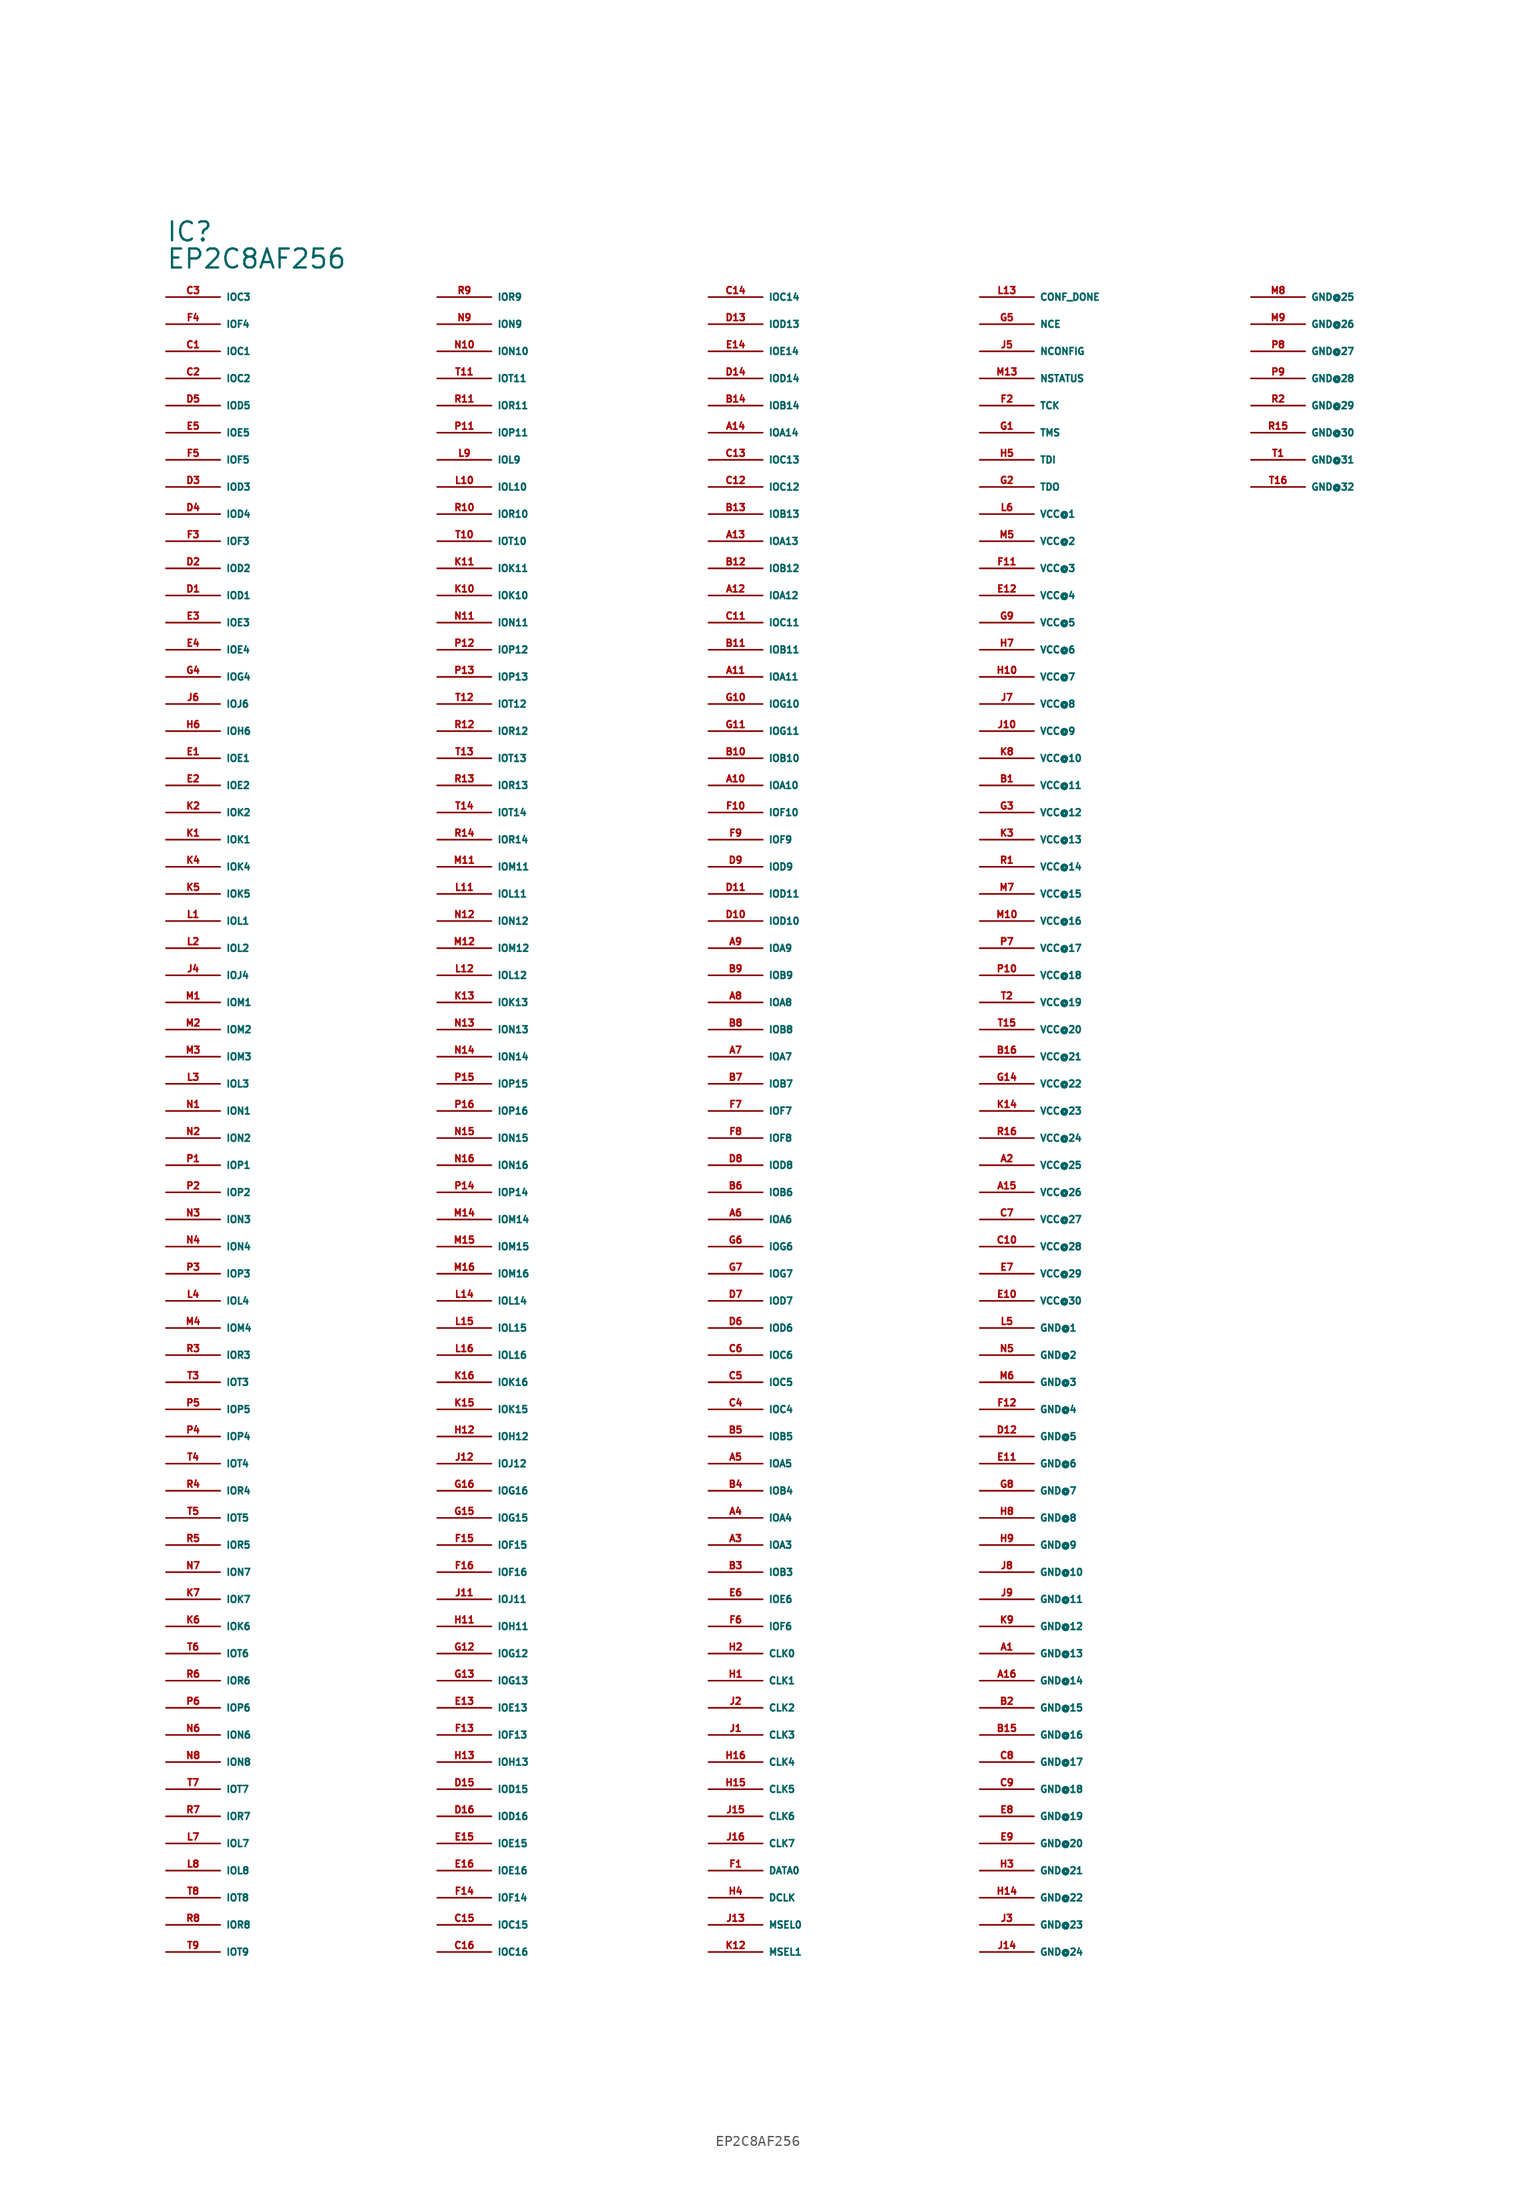
<source format=kicad_sym>
(kicad_symbol_lib
  (version 20220914)
  (generator Eagle2Kicad)
  (symbol "EP2C8AF256"
    (property "Reference" "IC"
      (at -55.88 86.36 0)
      (effects (font (size 1.778 1.778) (thickness 0.22)) (justify left bottom)))
    (property "Value" "EP2C8AF256"
      (at -55.88 83.82 0)
      (effects (font (size 1.778 1.778) (thickness 0.22)) (justify left bottom)))
    (pin output line
      (at -55.88 81.28 0)
      (length 5.08)
      (name "IOC3" (effects (font (size 0.635 0.635) (thickness 0.08)) (justify left bottom)))
      (number "C3" (effects (font (size 0.635 0.635) (thickness 0.08)) (justify left bottom))))
    (pin output line
      (at -55.88 78.74 0)
      (length 5.08)
      (name "IOF4" (effects (font (size 0.635 0.635) (thickness 0.08)) (justify left bottom)))
      (number "F4" (effects (font (size 0.635 0.635) (thickness 0.08)) (justify left bottom))))
    (pin bidirectional line
      (at -55.88 76.2 0)
      (length 5.08)
      (name "IOC1" (effects (font (size 0.635 0.635) (thickness 0.08)) (justify left bottom)))
      (number "C1" (effects (font (size 0.635 0.635) (thickness 0.08)) (justify left bottom))))
    (pin bidirectional line
      (at -55.88 73.66 0)
      (length 5.08)
      (name "IOC2" (effects (font (size 0.635 0.635) (thickness 0.08)) (justify left bottom)))
      (number "C2" (effects (font (size 0.635 0.635) (thickness 0.08)) (justify left bottom))))
    (pin bidirectional line
      (at -55.88 71.12 0)
      (length 5.08)
      (name "IOD5" (effects (font (size 0.635 0.635) (thickness 0.08)) (justify left bottom)))
      (number "D5" (effects (font (size 0.635 0.635) (thickness 0.08)) (justify left bottom))))
    (pin bidirectional line
      (at -55.88 68.58 0)
      (length 5.08)
      (name "IOE5" (effects (font (size 0.635 0.635) (thickness 0.08)) (justify left bottom)))
      (number "E5" (effects (font (size 0.635 0.635) (thickness 0.08)) (justify left bottom))))
    (pin bidirectional line
      (at -55.88 66.04 0)
      (length 5.08)
      (name "IOF5" (effects (font (size 0.635 0.635) (thickness 0.08)) (justify left bottom)))
      (number "F5" (effects (font (size 0.635 0.635) (thickness 0.08)) (justify left bottom))))
    (pin bidirectional line
      (at -55.88 63.5 0)
      (length 5.08)
      (name "IOD3" (effects (font (size 0.635 0.635) (thickness 0.08)) (justify left bottom)))
      (number "D3" (effects (font (size 0.635 0.635) (thickness 0.08)) (justify left bottom))))
    (pin bidirectional line
      (at -55.88 60.96 0)
      (length 5.08)
      (name "IOD4" (effects (font (size 0.635 0.635) (thickness 0.08)) (justify left bottom)))
      (number "D4" (effects (font (size 0.635 0.635) (thickness 0.08)) (justify left bottom))))
    (pin bidirectional line
      (at -55.88 58.42 0)
      (length 5.08)
      (name "IOF3" (effects (font (size 0.635 0.635) (thickness 0.08)) (justify left bottom)))
      (number "F3" (effects (font (size 0.635 0.635) (thickness 0.08)) (justify left bottom))))
    (pin bidirectional line
      (at -55.88 55.88 0)
      (length 5.08)
      (name "IOD2" (effects (font (size 0.635 0.635) (thickness 0.08)) (justify left bottom)))
      (number "D2" (effects (font (size 0.635 0.635) (thickness 0.08)) (justify left bottom))))
    (pin bidirectional line
      (at -55.88 53.34 0)
      (length 5.08)
      (name "IOD1" (effects (font (size 0.635 0.635) (thickness 0.08)) (justify left bottom)))
      (number "D1" (effects (font (size 0.635 0.635) (thickness 0.08)) (justify left bottom))))
    (pin bidirectional line
      (at -55.88 50.8 0)
      (length 5.08)
      (name "IOE3" (effects (font (size 0.635 0.635) (thickness 0.08)) (justify left bottom)))
      (number "E3" (effects (font (size 0.635 0.635) (thickness 0.08)) (justify left bottom))))
    (pin bidirectional line
      (at -55.88 48.26 0)
      (length 5.08)
      (name "IOE4" (effects (font (size 0.635 0.635) (thickness 0.08)) (justify left bottom)))
      (number "E4" (effects (font (size 0.635 0.635) (thickness 0.08)) (justify left bottom))))
    (pin bidirectional line
      (at -55.88 45.72 0)
      (length 5.08)
      (name "IOG4" (effects (font (size 0.635 0.635) (thickness 0.08)) (justify left bottom)))
      (number "G4" (effects (font (size 0.635 0.635) (thickness 0.08)) (justify left bottom))))
    (pin bidirectional line
      (at -55.88 43.18 0)
      (length 5.08)
      (name "IOJ6" (effects (font (size 0.635 0.635) (thickness 0.08)) (justify left bottom)))
      (number "J6" (effects (font (size 0.635 0.635) (thickness 0.08)) (justify left bottom))))
    (pin bidirectional line
      (at -55.88 40.64 0)
      (length 5.08)
      (name "IOH6" (effects (font (size 0.635 0.635) (thickness 0.08)) (justify left bottom)))
      (number "H6" (effects (font (size 0.635 0.635) (thickness 0.08)) (justify left bottom))))
    (pin bidirectional line
      (at -55.88 38.1 0)
      (length 5.08)
      (name "IOE1" (effects (font (size 0.635 0.635) (thickness 0.08)) (justify left bottom)))
      (number "E1" (effects (font (size 0.635 0.635) (thickness 0.08)) (justify left bottom))))
    (pin bidirectional line
      (at -55.88 35.56 0)
      (length 5.08)
      (name "IOE2" (effects (font (size 0.635 0.635) (thickness 0.08)) (justify left bottom)))
      (number "E2" (effects (font (size 0.635 0.635) (thickness 0.08)) (justify left bottom))))
    (pin bidirectional line
      (at -55.88 33.02 0)
      (length 5.08)
      (name "IOK2" (effects (font (size 0.635 0.635) (thickness 0.08)) (justify left bottom)))
      (number "K2" (effects (font (size 0.635 0.635) (thickness 0.08)) (justify left bottom))))
    (pin bidirectional line
      (at -55.88 30.48 0)
      (length 5.08)
      (name "IOK1" (effects (font (size 0.635 0.635) (thickness 0.08)) (justify left bottom)))
      (number "K1" (effects (font (size 0.635 0.635) (thickness 0.08)) (justify left bottom))))
    (pin bidirectional line
      (at -55.88 27.94 0)
      (length 5.08)
      (name "IOK4" (effects (font (size 0.635 0.635) (thickness 0.08)) (justify left bottom)))
      (number "K4" (effects (font (size 0.635 0.635) (thickness 0.08)) (justify left bottom))))
    (pin bidirectional line
      (at -55.88 25.4 0)
      (length 5.08)
      (name "IOK5" (effects (font (size 0.635 0.635) (thickness 0.08)) (justify left bottom)))
      (number "K5" (effects (font (size 0.635 0.635) (thickness 0.08)) (justify left bottom))))
    (pin bidirectional line
      (at -55.88 22.86 0)
      (length 5.08)
      (name "IOL1" (effects (font (size 0.635 0.635) (thickness 0.08)) (justify left bottom)))
      (number "L1" (effects (font (size 0.635 0.635) (thickness 0.08)) (justify left bottom))))
    (pin bidirectional line
      (at -55.88 20.32 0)
      (length 5.08)
      (name "IOL2" (effects (font (size 0.635 0.635) (thickness 0.08)) (justify left bottom)))
      (number "L2" (effects (font (size 0.635 0.635) (thickness 0.08)) (justify left bottom))))
    (pin bidirectional line
      (at -55.88 17.78 0)
      (length 5.08)
      (name "IOJ4" (effects (font (size 0.635 0.635) (thickness 0.08)) (justify left bottom)))
      (number "J4" (effects (font (size 0.635 0.635) (thickness 0.08)) (justify left bottom))))
    (pin bidirectional line
      (at -55.88 15.24 0)
      (length 5.08)
      (name "IOM1" (effects (font (size 0.635 0.635) (thickness 0.08)) (justify left bottom)))
      (number "M1" (effects (font (size 0.635 0.635) (thickness 0.08)) (justify left bottom))))
    (pin bidirectional line
      (at -55.88 12.7 0)
      (length 5.08)
      (name "IOM2" (effects (font (size 0.635 0.635) (thickness 0.08)) (justify left bottom)))
      (number "M2" (effects (font (size 0.635 0.635) (thickness 0.08)) (justify left bottom))))
    (pin bidirectional line
      (at -55.88 10.16 0)
      (length 5.08)
      (name "IOM3" (effects (font (size 0.635 0.635) (thickness 0.08)) (justify left bottom)))
      (number "M3" (effects (font (size 0.635 0.635) (thickness 0.08)) (justify left bottom))))
    (pin bidirectional line
      (at -55.88 7.62 0)
      (length 5.08)
      (name "IOL3" (effects (font (size 0.635 0.635) (thickness 0.08)) (justify left bottom)))
      (number "L3" (effects (font (size 0.635 0.635) (thickness 0.08)) (justify left bottom))))
    (pin bidirectional line
      (at -55.88 5.08 0)
      (length 5.08)
      (name "ION1" (effects (font (size 0.635 0.635) (thickness 0.08)) (justify left bottom)))
      (number "N1" (effects (font (size 0.635 0.635) (thickness 0.08)) (justify left bottom))))
    (pin bidirectional line
      (at -55.88 2.54 0)
      (length 5.08)
      (name "ION2" (effects (font (size 0.635 0.635) (thickness 0.08)) (justify left bottom)))
      (number "N2" (effects (font (size 0.635 0.635) (thickness 0.08)) (justify left bottom))))
    (pin bidirectional line
      (at -55.88 0 0)
      (length 5.08)
      (name "IOP1" (effects (font (size 0.635 0.635) (thickness 0.08)) (justify left bottom)))
      (number "P1" (effects (font (size 0.635 0.635) (thickness 0.08)) (justify left bottom))))
    (pin bidirectional line
      (at -55.88 -2.54 0)
      (length 5.08)
      (name "IOP2" (effects (font (size 0.635 0.635) (thickness 0.08)) (justify left bottom)))
      (number "P2" (effects (font (size 0.635 0.635) (thickness 0.08)) (justify left bottom))))
    (pin bidirectional line
      (at -55.88 -5.08 0)
      (length 5.08)
      (name "ION3" (effects (font (size 0.635 0.635) (thickness 0.08)) (justify left bottom)))
      (number "N3" (effects (font (size 0.635 0.635) (thickness 0.08)) (justify left bottom))))
    (pin bidirectional line
      (at -55.88 -7.62 0)
      (length 5.08)
      (name "ION4" (effects (font (size 0.635 0.635) (thickness 0.08)) (justify left bottom)))
      (number "N4" (effects (font (size 0.635 0.635) (thickness 0.08)) (justify left bottom))))
    (pin bidirectional line
      (at -55.88 -10.16 0)
      (length 5.08)
      (name "IOP3" (effects (font (size 0.635 0.635) (thickness 0.08)) (justify left bottom)))
      (number "P3" (effects (font (size 0.635 0.635) (thickness 0.08)) (justify left bottom))))
    (pin bidirectional line
      (at -55.88 -12.7 0)
      (length 5.08)
      (name "IOL4" (effects (font (size 0.635 0.635) (thickness 0.08)) (justify left bottom)))
      (number "L4" (effects (font (size 0.635 0.635) (thickness 0.08)) (justify left bottom))))
    (pin bidirectional line
      (at -55.88 -15.24 0)
      (length 5.08)
      (name "IOM4" (effects (font (size 0.635 0.635) (thickness 0.08)) (justify left bottom)))
      (number "M4" (effects (font (size 0.635 0.635) (thickness 0.08)) (justify left bottom))))
    (pin bidirectional line
      (at -55.88 -17.78 0)
      (length 5.08)
      (name "IOR3" (effects (font (size 0.635 0.635) (thickness 0.08)) (justify left bottom)))
      (number "R3" (effects (font (size 0.635 0.635) (thickness 0.08)) (justify left bottom))))
    (pin bidirectional line
      (at -55.88 -20.32 0)
      (length 5.08)
      (name "IOT3" (effects (font (size 0.635 0.635) (thickness 0.08)) (justify left bottom)))
      (number "T3" (effects (font (size 0.635 0.635) (thickness 0.08)) (justify left bottom))))
    (pin bidirectional line
      (at -55.88 -22.86 0)
      (length 5.08)
      (name "IOP5" (effects (font (size 0.635 0.635) (thickness 0.08)) (justify left bottom)))
      (number "P5" (effects (font (size 0.635 0.635) (thickness 0.08)) (justify left bottom))))
    (pin bidirectional line
      (at -55.88 -25.4 0)
      (length 5.08)
      (name "IOP4" (effects (font (size 0.635 0.635) (thickness 0.08)) (justify left bottom)))
      (number "P4" (effects (font (size 0.635 0.635) (thickness 0.08)) (justify left bottom))))
    (pin bidirectional line
      (at -55.88 -27.94 0)
      (length 5.08)
      (name "IOT4" (effects (font (size 0.635 0.635) (thickness 0.08)) (justify left bottom)))
      (number "T4" (effects (font (size 0.635 0.635) (thickness 0.08)) (justify left bottom))))
    (pin bidirectional line
      (at -55.88 -30.48 0)
      (length 5.08)
      (name "IOR4" (effects (font (size 0.635 0.635) (thickness 0.08)) (justify left bottom)))
      (number "R4" (effects (font (size 0.635 0.635) (thickness 0.08)) (justify left bottom))))
    (pin bidirectional line
      (at -55.88 -33.02 0)
      (length 5.08)
      (name "IOT5" (effects (font (size 0.635 0.635) (thickness 0.08)) (justify left bottom)))
      (number "T5" (effects (font (size 0.635 0.635) (thickness 0.08)) (justify left bottom))))
    (pin bidirectional line
      (at -55.88 -35.56 0)
      (length 5.08)
      (name "IOR5" (effects (font (size 0.635 0.635) (thickness 0.08)) (justify left bottom)))
      (number "R5" (effects (font (size 0.635 0.635) (thickness 0.08)) (justify left bottom))))
    (pin bidirectional line
      (at -55.88 -38.1 0)
      (length 5.08)
      (name "ION7" (effects (font (size 0.635 0.635) (thickness 0.08)) (justify left bottom)))
      (number "N7" (effects (font (size 0.635 0.635) (thickness 0.08)) (justify left bottom))))
    (pin bidirectional line
      (at -55.88 -40.64 0)
      (length 5.08)
      (name "IOK7" (effects (font (size 0.635 0.635) (thickness 0.08)) (justify left bottom)))
      (number "K7" (effects (font (size 0.635 0.635) (thickness 0.08)) (justify left bottom))))
    (pin bidirectional line
      (at -55.88 -43.18 0)
      (length 5.08)
      (name "IOK6" (effects (font (size 0.635 0.635) (thickness 0.08)) (justify left bottom)))
      (number "K6" (effects (font (size 0.635 0.635) (thickness 0.08)) (justify left bottom))))
    (pin bidirectional line
      (at -55.88 -45.72 0)
      (length 5.08)
      (name "IOT6" (effects (font (size 0.635 0.635) (thickness 0.08)) (justify left bottom)))
      (number "T6" (effects (font (size 0.635 0.635) (thickness 0.08)) (justify left bottom))))
    (pin bidirectional line
      (at -55.88 -48.26 0)
      (length 5.08)
      (name "IOR6" (effects (font (size 0.635 0.635) (thickness 0.08)) (justify left bottom)))
      (number "R6" (effects (font (size 0.635 0.635) (thickness 0.08)) (justify left bottom))))
    (pin bidirectional line
      (at -55.88 -50.8 0)
      (length 5.08)
      (name "IOP6" (effects (font (size 0.635 0.635) (thickness 0.08)) (justify left bottom)))
      (number "P6" (effects (font (size 0.635 0.635) (thickness 0.08)) (justify left bottom))))
    (pin bidirectional line
      (at -55.88 -53.34 0)
      (length 5.08)
      (name "ION6" (effects (font (size 0.635 0.635) (thickness 0.08)) (justify left bottom)))
      (number "N6" (effects (font (size 0.635 0.635) (thickness 0.08)) (justify left bottom))))
    (pin bidirectional line
      (at -55.88 -55.88 0)
      (length 5.08)
      (name "ION8" (effects (font (size 0.635 0.635) (thickness 0.08)) (justify left bottom)))
      (number "N8" (effects (font (size 0.635 0.635) (thickness 0.08)) (justify left bottom))))
    (pin bidirectional line
      (at -55.88 -58.42 0)
      (length 5.08)
      (name "IOT7" (effects (font (size 0.635 0.635) (thickness 0.08)) (justify left bottom)))
      (number "T7" (effects (font (size 0.635 0.635) (thickness 0.08)) (justify left bottom))))
    (pin bidirectional line
      (at -55.88 -60.96 0)
      (length 5.08)
      (name "IOR7" (effects (font (size 0.635 0.635) (thickness 0.08)) (justify left bottom)))
      (number "R7" (effects (font (size 0.635 0.635) (thickness 0.08)) (justify left bottom))))
    (pin bidirectional line
      (at -55.88 -63.5 0)
      (length 5.08)
      (name "IOL7" (effects (font (size 0.635 0.635) (thickness 0.08)) (justify left bottom)))
      (number "L7" (effects (font (size 0.635 0.635) (thickness 0.08)) (justify left bottom))))
    (pin bidirectional line
      (at -55.88 -66.04 0)
      (length 5.08)
      (name "IOL8" (effects (font (size 0.635 0.635) (thickness 0.08)) (justify left bottom)))
      (number "L8" (effects (font (size 0.635 0.635) (thickness 0.08)) (justify left bottom))))
    (pin bidirectional line
      (at -55.88 -68.58 0)
      (length 5.08)
      (name "IOT8" (effects (font (size 0.635 0.635) (thickness 0.08)) (justify left bottom)))
      (number "T8" (effects (font (size 0.635 0.635) (thickness 0.08)) (justify left bottom))))
    (pin bidirectional line
      (at -55.88 -71.12 0)
      (length 5.08)
      (name "IOR8" (effects (font (size 0.635 0.635) (thickness 0.08)) (justify left bottom)))
      (number "R8" (effects (font (size 0.635 0.635) (thickness 0.08)) (justify left bottom))))
    (pin bidirectional line
      (at -55.88 -73.66 0)
      (length 5.08)
      (name "IOT9" (effects (font (size 0.635 0.635) (thickness 0.08)) (justify left bottom)))
      (number "T9" (effects (font (size 0.635 0.635) (thickness 0.08)) (justify left bottom))))
    (pin bidirectional line
      (at -30.48 81.28 0)
      (length 5.08)
      (name "IOR9" (effects (font (size 0.635 0.635) (thickness 0.08)) (justify left bottom)))
      (number "R9" (effects (font (size 0.635 0.635) (thickness 0.08)) (justify left bottom))))
    (pin bidirectional line
      (at -30.48 78.74 0)
      (length 5.08)
      (name "ION9" (effects (font (size 0.635 0.635) (thickness 0.08)) (justify left bottom)))
      (number "N9" (effects (font (size 0.635 0.635) (thickness 0.08)) (justify left bottom))))
    (pin bidirectional line
      (at -30.48 76.2 0)
      (length 5.08)
      (name "ION10" (effects (font (size 0.635 0.635) (thickness 0.08)) (justify left bottom)))
      (number "N10" (effects (font (size 0.635 0.635) (thickness 0.08)) (justify left bottom))))
    (pin bidirectional line
      (at -30.48 73.66 0)
      (length 5.08)
      (name "IOT11" (effects (font (size 0.635 0.635) (thickness 0.08)) (justify left bottom)))
      (number "T11" (effects (font (size 0.635 0.635) (thickness 0.08)) (justify left bottom))))
    (pin bidirectional line
      (at -30.48 71.12 0)
      (length 5.08)
      (name "IOR11" (effects (font (size 0.635 0.635) (thickness 0.08)) (justify left bottom)))
      (number "R11" (effects (font (size 0.635 0.635) (thickness 0.08)) (justify left bottom))))
    (pin bidirectional line
      (at -30.48 68.58 0)
      (length 5.08)
      (name "IOP11" (effects (font (size 0.635 0.635) (thickness 0.08)) (justify left bottom)))
      (number "P11" (effects (font (size 0.635 0.635) (thickness 0.08)) (justify left bottom))))
    (pin bidirectional line
      (at -30.48 66.04 0)
      (length 5.08)
      (name "IOL9" (effects (font (size 0.635 0.635) (thickness 0.08)) (justify left bottom)))
      (number "L9" (effects (font (size 0.635 0.635) (thickness 0.08)) (justify left bottom))))
    (pin bidirectional line
      (at -30.48 63.5 0)
      (length 5.08)
      (name "IOL10" (effects (font (size 0.635 0.635) (thickness 0.08)) (justify left bottom)))
      (number "L10" (effects (font (size 0.635 0.635) (thickness 0.08)) (justify left bottom))))
    (pin bidirectional line
      (at -30.48 60.96 0)
      (length 5.08)
      (name "IOR10" (effects (font (size 0.635 0.635) (thickness 0.08)) (justify left bottom)))
      (number "R10" (effects (font (size 0.635 0.635) (thickness 0.08)) (justify left bottom))))
    (pin bidirectional line
      (at -30.48 58.42 0)
      (length 5.08)
      (name "IOT10" (effects (font (size 0.635 0.635) (thickness 0.08)) (justify left bottom)))
      (number "T10" (effects (font (size 0.635 0.635) (thickness 0.08)) (justify left bottom))))
    (pin bidirectional line
      (at -30.48 55.88 0)
      (length 5.08)
      (name "IOK11" (effects (font (size 0.635 0.635) (thickness 0.08)) (justify left bottom)))
      (number "K11" (effects (font (size 0.635 0.635) (thickness 0.08)) (justify left bottom))))
    (pin bidirectional line
      (at -30.48 53.34 0)
      (length 5.08)
      (name "IOK10" (effects (font (size 0.635 0.635) (thickness 0.08)) (justify left bottom)))
      (number "K10" (effects (font (size 0.635 0.635) (thickness 0.08)) (justify left bottom))))
    (pin bidirectional line
      (at -30.48 50.8 0)
      (length 5.08)
      (name "ION11" (effects (font (size 0.635 0.635) (thickness 0.08)) (justify left bottom)))
      (number "N11" (effects (font (size 0.635 0.635) (thickness 0.08)) (justify left bottom))))
    (pin bidirectional line
      (at -30.48 48.26 0)
      (length 5.08)
      (name "IOP12" (effects (font (size 0.635 0.635) (thickness 0.08)) (justify left bottom)))
      (number "P12" (effects (font (size 0.635 0.635) (thickness 0.08)) (justify left bottom))))
    (pin bidirectional line
      (at -30.48 45.72 0)
      (length 5.08)
      (name "IOP13" (effects (font (size 0.635 0.635) (thickness 0.08)) (justify left bottom)))
      (number "P13" (effects (font (size 0.635 0.635) (thickness 0.08)) (justify left bottom))))
    (pin bidirectional line
      (at -30.48 43.18 0)
      (length 5.08)
      (name "IOT12" (effects (font (size 0.635 0.635) (thickness 0.08)) (justify left bottom)))
      (number "T12" (effects (font (size 0.635 0.635) (thickness 0.08)) (justify left bottom))))
    (pin bidirectional line
      (at -30.48 40.64 0)
      (length 5.08)
      (name "IOR12" (effects (font (size 0.635 0.635) (thickness 0.08)) (justify left bottom)))
      (number "R12" (effects (font (size 0.635 0.635) (thickness 0.08)) (justify left bottom))))
    (pin bidirectional line
      (at -30.48 38.1 0)
      (length 5.08)
      (name "IOT13" (effects (font (size 0.635 0.635) (thickness 0.08)) (justify left bottom)))
      (number "T13" (effects (font (size 0.635 0.635) (thickness 0.08)) (justify left bottom))))
    (pin bidirectional line
      (at -30.48 35.56 0)
      (length 5.08)
      (name "IOR13" (effects (font (size 0.635 0.635) (thickness 0.08)) (justify left bottom)))
      (number "R13" (effects (font (size 0.635 0.635) (thickness 0.08)) (justify left bottom))))
    (pin bidirectional line
      (at -30.48 33.02 0)
      (length 5.08)
      (name "IOT14" (effects (font (size 0.635 0.635) (thickness 0.08)) (justify left bottom)))
      (number "T14" (effects (font (size 0.635 0.635) (thickness 0.08)) (justify left bottom))))
    (pin bidirectional line
      (at -30.48 30.48 0)
      (length 5.08)
      (name "IOR14" (effects (font (size 0.635 0.635) (thickness 0.08)) (justify left bottom)))
      (number "R14" (effects (font (size 0.635 0.635) (thickness 0.08)) (justify left bottom))))
    (pin bidirectional line
      (at -30.48 27.94 0)
      (length 5.08)
      (name "IOM11" (effects (font (size 0.635 0.635) (thickness 0.08)) (justify left bottom)))
      (number "M11" (effects (font (size 0.635 0.635) (thickness 0.08)) (justify left bottom))))
    (pin bidirectional line
      (at -30.48 25.4 0)
      (length 5.08)
      (name "IOL11" (effects (font (size 0.635 0.635) (thickness 0.08)) (justify left bottom)))
      (number "L11" (effects (font (size 0.635 0.635) (thickness 0.08)) (justify left bottom))))
    (pin bidirectional line
      (at -30.48 22.86 0)
      (length 5.08)
      (name "ION12" (effects (font (size 0.635 0.635) (thickness 0.08)) (justify left bottom)))
      (number "N12" (effects (font (size 0.635 0.635) (thickness 0.08)) (justify left bottom))))
    (pin bidirectional line
      (at -30.48 20.32 0)
      (length 5.08)
      (name "IOM12" (effects (font (size 0.635 0.635) (thickness 0.08)) (justify left bottom)))
      (number "M12" (effects (font (size 0.635 0.635) (thickness 0.08)) (justify left bottom))))
    (pin bidirectional line
      (at -30.48 17.78 0)
      (length 5.08)
      (name "IOL12" (effects (font (size 0.635 0.635) (thickness 0.08)) (justify left bottom)))
      (number "L12" (effects (font (size 0.635 0.635) (thickness 0.08)) (justify left bottom))))
    (pin bidirectional line
      (at -30.48 15.24 0)
      (length 5.08)
      (name "IOK13" (effects (font (size 0.635 0.635) (thickness 0.08)) (justify left bottom)))
      (number "K13" (effects (font (size 0.635 0.635) (thickness 0.08)) (justify left bottom))))
    (pin bidirectional line
      (at -30.48 12.7 0)
      (length 5.08)
      (name "ION13" (effects (font (size 0.635 0.635) (thickness 0.08)) (justify left bottom)))
      (number "N13" (effects (font (size 0.635 0.635) (thickness 0.08)) (justify left bottom))))
    (pin bidirectional line
      (at -30.48 10.16 0)
      (length 5.08)
      (name "ION14" (effects (font (size 0.635 0.635) (thickness 0.08)) (justify left bottom)))
      (number "N14" (effects (font (size 0.635 0.635) (thickness 0.08)) (justify left bottom))))
    (pin bidirectional line
      (at -30.48 7.62 0)
      (length 5.08)
      (name "IOP15" (effects (font (size 0.635 0.635) (thickness 0.08)) (justify left bottom)))
      (number "P15" (effects (font (size 0.635 0.635) (thickness 0.08)) (justify left bottom))))
    (pin bidirectional line
      (at -30.48 5.08 0)
      (length 5.08)
      (name "IOP16" (effects (font (size 0.635 0.635) (thickness 0.08)) (justify left bottom)))
      (number "P16" (effects (font (size 0.635 0.635) (thickness 0.08)) (justify left bottom))))
    (pin bidirectional line
      (at -30.48 2.54 0)
      (length 5.08)
      (name "ION15" (effects (font (size 0.635 0.635) (thickness 0.08)) (justify left bottom)))
      (number "N15" (effects (font (size 0.635 0.635) (thickness 0.08)) (justify left bottom))))
    (pin bidirectional line
      (at -30.48 0 0)
      (length 5.08)
      (name "ION16" (effects (font (size 0.635 0.635) (thickness 0.08)) (justify left bottom)))
      (number "N16" (effects (font (size 0.635 0.635) (thickness 0.08)) (justify left bottom))))
    (pin bidirectional line
      (at -30.48 -2.54 0)
      (length 5.08)
      (name "IOP14" (effects (font (size 0.635 0.635) (thickness 0.08)) (justify left bottom)))
      (number "P14" (effects (font (size 0.635 0.635) (thickness 0.08)) (justify left bottom))))
    (pin bidirectional line
      (at -30.48 -5.08 0)
      (length 5.08)
      (name "IOM14" (effects (font (size 0.635 0.635) (thickness 0.08)) (justify left bottom)))
      (number "M14" (effects (font (size 0.635 0.635) (thickness 0.08)) (justify left bottom))))
    (pin bidirectional line
      (at -30.48 -7.62 0)
      (length 5.08)
      (name "IOM15" (effects (font (size 0.635 0.635) (thickness 0.08)) (justify left bottom)))
      (number "M15" (effects (font (size 0.635 0.635) (thickness 0.08)) (justify left bottom))))
    (pin bidirectional line
      (at -30.48 -10.16 0)
      (length 5.08)
      (name "IOM16" (effects (font (size 0.635 0.635) (thickness 0.08)) (justify left bottom)))
      (number "M16" (effects (font (size 0.635 0.635) (thickness 0.08)) (justify left bottom))))
    (pin bidirectional line
      (at -30.48 -12.7 0)
      (length 5.08)
      (name "IOL14" (effects (font (size 0.635 0.635) (thickness 0.08)) (justify left bottom)))
      (number "L14" (effects (font (size 0.635 0.635) (thickness 0.08)) (justify left bottom))))
    (pin bidirectional line
      (at -30.48 -15.24 0)
      (length 5.08)
      (name "IOL15" (effects (font (size 0.635 0.635) (thickness 0.08)) (justify left bottom)))
      (number "L15" (effects (font (size 0.635 0.635) (thickness 0.08)) (justify left bottom))))
    (pin bidirectional line
      (at -30.48 -17.78 0)
      (length 5.08)
      (name "IOL16" (effects (font (size 0.635 0.635) (thickness 0.08)) (justify left bottom)))
      (number "L16" (effects (font (size 0.635 0.635) (thickness 0.08)) (justify left bottom))))
    (pin bidirectional line
      (at -30.48 -20.32 0)
      (length 5.08)
      (name "IOK16" (effects (font (size 0.635 0.635) (thickness 0.08)) (justify left bottom)))
      (number "K16" (effects (font (size 0.635 0.635) (thickness 0.08)) (justify left bottom))))
    (pin bidirectional line
      (at -30.48 -22.86 0)
      (length 5.08)
      (name "IOK15" (effects (font (size 0.635 0.635) (thickness 0.08)) (justify left bottom)))
      (number "K15" (effects (font (size 0.635 0.635) (thickness 0.08)) (justify left bottom))))
    (pin bidirectional line
      (at -30.48 -25.4 0)
      (length 5.08)
      (name "IOH12" (effects (font (size 0.635 0.635) (thickness 0.08)) (justify left bottom)))
      (number "H12" (effects (font (size 0.635 0.635) (thickness 0.08)) (justify left bottom))))
    (pin bidirectional line
      (at -30.48 -27.94 0)
      (length 5.08)
      (name "IOJ12" (effects (font (size 0.635 0.635) (thickness 0.08)) (justify left bottom)))
      (number "J12" (effects (font (size 0.635 0.635) (thickness 0.08)) (justify left bottom))))
    (pin bidirectional line
      (at -30.48 -30.48 0)
      (length 5.08)
      (name "IOG16" (effects (font (size 0.635 0.635) (thickness 0.08)) (justify left bottom)))
      (number "G16" (effects (font (size 0.635 0.635) (thickness 0.08)) (justify left bottom))))
    (pin bidirectional line
      (at -30.48 -33.02 0)
      (length 5.08)
      (name "IOG15" (effects (font (size 0.635 0.635) (thickness 0.08)) (justify left bottom)))
      (number "G15" (effects (font (size 0.635 0.635) (thickness 0.08)) (justify left bottom))))
    (pin bidirectional line
      (at -30.48 -35.56 0)
      (length 5.08)
      (name "IOF15" (effects (font (size 0.635 0.635) (thickness 0.08)) (justify left bottom)))
      (number "F15" (effects (font (size 0.635 0.635) (thickness 0.08)) (justify left bottom))))
    (pin bidirectional line
      (at -30.48 -38.1 0)
      (length 5.08)
      (name "IOF16" (effects (font (size 0.635 0.635) (thickness 0.08)) (justify left bottom)))
      (number "F16" (effects (font (size 0.635 0.635) (thickness 0.08)) (justify left bottom))))
    (pin bidirectional line
      (at -30.48 -40.64 0)
      (length 5.08)
      (name "IOJ11" (effects (font (size 0.635 0.635) (thickness 0.08)) (justify left bottom)))
      (number "J11" (effects (font (size 0.635 0.635) (thickness 0.08)) (justify left bottom))))
    (pin bidirectional line
      (at -30.48 -43.18 0)
      (length 5.08)
      (name "IOH11" (effects (font (size 0.635 0.635) (thickness 0.08)) (justify left bottom)))
      (number "H11" (effects (font (size 0.635 0.635) (thickness 0.08)) (justify left bottom))))
    (pin bidirectional line
      (at -30.48 -45.72 0)
      (length 5.08)
      (name "IOG12" (effects (font (size 0.635 0.635) (thickness 0.08)) (justify left bottom)))
      (number "G12" (effects (font (size 0.635 0.635) (thickness 0.08)) (justify left bottom))))
    (pin bidirectional line
      (at -30.48 -48.26 0)
      (length 5.08)
      (name "IOG13" (effects (font (size 0.635 0.635) (thickness 0.08)) (justify left bottom)))
      (number "G13" (effects (font (size 0.635 0.635) (thickness 0.08)) (justify left bottom))))
    (pin bidirectional line
      (at -30.48 -50.8 0)
      (length 5.08)
      (name "IOE13" (effects (font (size 0.635 0.635) (thickness 0.08)) (justify left bottom)))
      (number "E13" (effects (font (size 0.635 0.635) (thickness 0.08)) (justify left bottom))))
    (pin bidirectional line
      (at -30.48 -53.34 0)
      (length 5.08)
      (name "IOF13" (effects (font (size 0.635 0.635) (thickness 0.08)) (justify left bottom)))
      (number "F13" (effects (font (size 0.635 0.635) (thickness 0.08)) (justify left bottom))))
    (pin bidirectional line
      (at -30.48 -55.88 0)
      (length 5.08)
      (name "IOH13" (effects (font (size 0.635 0.635) (thickness 0.08)) (justify left bottom)))
      (number "H13" (effects (font (size 0.635 0.635) (thickness 0.08)) (justify left bottom))))
    (pin bidirectional line
      (at -30.48 -58.42 0)
      (length 5.08)
      (name "IOD15" (effects (font (size 0.635 0.635) (thickness 0.08)) (justify left bottom)))
      (number "D15" (effects (font (size 0.635 0.635) (thickness 0.08)) (justify left bottom))))
    (pin bidirectional line
      (at -30.48 -60.96 0)
      (length 5.08)
      (name "IOD16" (effects (font (size 0.635 0.635) (thickness 0.08)) (justify left bottom)))
      (number "D16" (effects (font (size 0.635 0.635) (thickness 0.08)) (justify left bottom))))
    (pin bidirectional line
      (at -30.48 -63.5 0)
      (length 5.08)
      (name "IOE15" (effects (font (size 0.635 0.635) (thickness 0.08)) (justify left bottom)))
      (number "E15" (effects (font (size 0.635 0.635) (thickness 0.08)) (justify left bottom))))
    (pin bidirectional line
      (at -30.48 -66.04 0)
      (length 5.08)
      (name "IOE16" (effects (font (size 0.635 0.635) (thickness 0.08)) (justify left bottom)))
      (number "E16" (effects (font (size 0.635 0.635) (thickness 0.08)) (justify left bottom))))
    (pin bidirectional line
      (at -30.48 -68.58 0)
      (length 5.08)
      (name "IOF14" (effects (font (size 0.635 0.635) (thickness 0.08)) (justify left bottom)))
      (number "F14" (effects (font (size 0.635 0.635) (thickness 0.08)) (justify left bottom))))
    (pin bidirectional line
      (at -30.48 -71.12 0)
      (length 5.08)
      (name "IOC15" (effects (font (size 0.635 0.635) (thickness 0.08)) (justify left bottom)))
      (number "C15" (effects (font (size 0.635 0.635) (thickness 0.08)) (justify left bottom))))
    (pin bidirectional line
      (at -30.48 -73.66 0)
      (length 5.08)
      (name "IOC16" (effects (font (size 0.635 0.635) (thickness 0.08)) (justify left bottom)))
      (number "C16" (effects (font (size 0.635 0.635) (thickness 0.08)) (justify left bottom))))
    (pin bidirectional line
      (at -5.08 81.28 0)
      (length 5.08)
      (name "IOC14" (effects (font (size 0.635 0.635) (thickness 0.08)) (justify left bottom)))
      (number "C14" (effects (font (size 0.635 0.635) (thickness 0.08)) (justify left bottom))))
    (pin bidirectional line
      (at -5.08 78.74 0)
      (length 5.08)
      (name "IOD13" (effects (font (size 0.635 0.635) (thickness 0.08)) (justify left bottom)))
      (number "D13" (effects (font (size 0.635 0.635) (thickness 0.08)) (justify left bottom))))
    (pin bidirectional line
      (at -5.08 76.2 0)
      (length 5.08)
      (name "IOE14" (effects (font (size 0.635 0.635) (thickness 0.08)) (justify left bottom)))
      (number "E14" (effects (font (size 0.635 0.635) (thickness 0.08)) (justify left bottom))))
    (pin bidirectional line
      (at -5.08 73.66 0)
      (length 5.08)
      (name "IOD14" (effects (font (size 0.635 0.635) (thickness 0.08)) (justify left bottom)))
      (number "D14" (effects (font (size 0.635 0.635) (thickness 0.08)) (justify left bottom))))
    (pin bidirectional line
      (at -5.08 71.12 0)
      (length 5.08)
      (name "IOB14" (effects (font (size 0.635 0.635) (thickness 0.08)) (justify left bottom)))
      (number "B14" (effects (font (size 0.635 0.635) (thickness 0.08)) (justify left bottom))))
    (pin bidirectional line
      (at -5.08 68.58 0)
      (length 5.08)
      (name "IOA14" (effects (font (size 0.635 0.635) (thickness 0.08)) (justify left bottom)))
      (number "A14" (effects (font (size 0.635 0.635) (thickness 0.08)) (justify left bottom))))
    (pin bidirectional line
      (at -5.08 66.04 0)
      (length 5.08)
      (name "IOC13" (effects (font (size 0.635 0.635) (thickness 0.08)) (justify left bottom)))
      (number "C13" (effects (font (size 0.635 0.635) (thickness 0.08)) (justify left bottom))))
    (pin bidirectional line
      (at -5.08 63.5 0)
      (length 5.08)
      (name "IOC12" (effects (font (size 0.635 0.635) (thickness 0.08)) (justify left bottom)))
      (number "C12" (effects (font (size 0.635 0.635) (thickness 0.08)) (justify left bottom))))
    (pin bidirectional line
      (at -5.08 60.96 0)
      (length 5.08)
      (name "IOB13" (effects (font (size 0.635 0.635) (thickness 0.08)) (justify left bottom)))
      (number "B13" (effects (font (size 0.635 0.635) (thickness 0.08)) (justify left bottom))))
    (pin bidirectional line
      (at -5.08 58.42 0)
      (length 5.08)
      (name "IOA13" (effects (font (size 0.635 0.635) (thickness 0.08)) (justify left bottom)))
      (number "A13" (effects (font (size 0.635 0.635) (thickness 0.08)) (justify left bottom))))
    (pin bidirectional line
      (at -5.08 55.88 0)
      (length 5.08)
      (name "IOB12" (effects (font (size 0.635 0.635) (thickness 0.08)) (justify left bottom)))
      (number "B12" (effects (font (size 0.635 0.635) (thickness 0.08)) (justify left bottom))))
    (pin bidirectional line
      (at -5.08 53.34 0)
      (length 5.08)
      (name "IOA12" (effects (font (size 0.635 0.635) (thickness 0.08)) (justify left bottom)))
      (number "A12" (effects (font (size 0.635 0.635) (thickness 0.08)) (justify left bottom))))
    (pin bidirectional line
      (at -5.08 50.8 0)
      (length 5.08)
      (name "IOC11" (effects (font (size 0.635 0.635) (thickness 0.08)) (justify left bottom)))
      (number "C11" (effects (font (size 0.635 0.635) (thickness 0.08)) (justify left bottom))))
    (pin bidirectional line
      (at -5.08 48.26 0)
      (length 5.08)
      (name "IOB11" (effects (font (size 0.635 0.635) (thickness 0.08)) (justify left bottom)))
      (number "B11" (effects (font (size 0.635 0.635) (thickness 0.08)) (justify left bottom))))
    (pin bidirectional line
      (at -5.08 45.72 0)
      (length 5.08)
      (name "IOA11" (effects (font (size 0.635 0.635) (thickness 0.08)) (justify left bottom)))
      (number "A11" (effects (font (size 0.635 0.635) (thickness 0.08)) (justify left bottom))))
    (pin bidirectional line
      (at -5.08 43.18 0)
      (length 5.08)
      (name "IOG10" (effects (font (size 0.635 0.635) (thickness 0.08)) (justify left bottom)))
      (number "G10" (effects (font (size 0.635 0.635) (thickness 0.08)) (justify left bottom))))
    (pin bidirectional line
      (at -5.08 40.64 0)
      (length 5.08)
      (name "IOG11" (effects (font (size 0.635 0.635) (thickness 0.08)) (justify left bottom)))
      (number "G11" (effects (font (size 0.635 0.635) (thickness 0.08)) (justify left bottom))))
    (pin bidirectional line
      (at -5.08 38.1 0)
      (length 5.08)
      (name "IOB10" (effects (font (size 0.635 0.635) (thickness 0.08)) (justify left bottom)))
      (number "B10" (effects (font (size 0.635 0.635) (thickness 0.08)) (justify left bottom))))
    (pin bidirectional line
      (at -5.08 35.56 0)
      (length 5.08)
      (name "IOA10" (effects (font (size 0.635 0.635) (thickness 0.08)) (justify left bottom)))
      (number "A10" (effects (font (size 0.635 0.635) (thickness 0.08)) (justify left bottom))))
    (pin bidirectional line
      (at -5.08 33.02 0)
      (length 5.08)
      (name "IOF10" (effects (font (size 0.635 0.635) (thickness 0.08)) (justify left bottom)))
      (number "F10" (effects (font (size 0.635 0.635) (thickness 0.08)) (justify left bottom))))
    (pin bidirectional line
      (at -5.08 30.48 0)
      (length 5.08)
      (name "IOF9" (effects (font (size 0.635 0.635) (thickness 0.08)) (justify left bottom)))
      (number "F9" (effects (font (size 0.635 0.635) (thickness 0.08)) (justify left bottom))))
    (pin bidirectional line
      (at -5.08 27.94 0)
      (length 5.08)
      (name "IOD9" (effects (font (size 0.635 0.635) (thickness 0.08)) (justify left bottom)))
      (number "D9" (effects (font (size 0.635 0.635) (thickness 0.08)) (justify left bottom))))
    (pin bidirectional line
      (at -5.08 25.4 0)
      (length 5.08)
      (name "IOD11" (effects (font (size 0.635 0.635) (thickness 0.08)) (justify left bottom)))
      (number "D11" (effects (font (size 0.635 0.635) (thickness 0.08)) (justify left bottom))))
    (pin bidirectional line
      (at -5.08 22.86 0)
      (length 5.08)
      (name "IOD10" (effects (font (size 0.635 0.635) (thickness 0.08)) (justify left bottom)))
      (number "D10" (effects (font (size 0.635 0.635) (thickness 0.08)) (justify left bottom))))
    (pin bidirectional line
      (at -5.08 20.32 0)
      (length 5.08)
      (name "IOA9" (effects (font (size 0.635 0.635) (thickness 0.08)) (justify left bottom)))
      (number "A9" (effects (font (size 0.635 0.635) (thickness 0.08)) (justify left bottom))))
    (pin bidirectional line
      (at -5.08 17.78 0)
      (length 5.08)
      (name "IOB9" (effects (font (size 0.635 0.635) (thickness 0.08)) (justify left bottom)))
      (number "B9" (effects (font (size 0.635 0.635) (thickness 0.08)) (justify left bottom))))
    (pin bidirectional line
      (at -5.08 15.24 0)
      (length 5.08)
      (name "IOA8" (effects (font (size 0.635 0.635) (thickness 0.08)) (justify left bottom)))
      (number "A8" (effects (font (size 0.635 0.635) (thickness 0.08)) (justify left bottom))))
    (pin bidirectional line
      (at -5.08 12.7 0)
      (length 5.08)
      (name "IOB8" (effects (font (size 0.635 0.635) (thickness 0.08)) (justify left bottom)))
      (number "B8" (effects (font (size 0.635 0.635) (thickness 0.08)) (justify left bottom))))
    (pin bidirectional line
      (at -5.08 10.16 0)
      (length 5.08)
      (name "IOA7" (effects (font (size 0.635 0.635) (thickness 0.08)) (justify left bottom)))
      (number "A7" (effects (font (size 0.635 0.635) (thickness 0.08)) (justify left bottom))))
    (pin bidirectional line
      (at -5.08 7.62 0)
      (length 5.08)
      (name "IOB7" (effects (font (size 0.635 0.635) (thickness 0.08)) (justify left bottom)))
      (number "B7" (effects (font (size 0.635 0.635) (thickness 0.08)) (justify left bottom))))
    (pin bidirectional line
      (at -5.08 5.08 0)
      (length 5.08)
      (name "IOF7" (effects (font (size 0.635 0.635) (thickness 0.08)) (justify left bottom)))
      (number "F7" (effects (font (size 0.635 0.635) (thickness 0.08)) (justify left bottom))))
    (pin bidirectional line
      (at -5.08 2.54 0)
      (length 5.08)
      (name "IOF8" (effects (font (size 0.635 0.635) (thickness 0.08)) (justify left bottom)))
      (number "F8" (effects (font (size 0.635 0.635) (thickness 0.08)) (justify left bottom))))
    (pin bidirectional line
      (at -5.08 0 0)
      (length 5.08)
      (name "IOD8" (effects (font (size 0.635 0.635) (thickness 0.08)) (justify left bottom)))
      (number "D8" (effects (font (size 0.635 0.635) (thickness 0.08)) (justify left bottom))))
    (pin bidirectional line
      (at -5.08 -2.54 0)
      (length 5.08)
      (name "IOB6" (effects (font (size 0.635 0.635) (thickness 0.08)) (justify left bottom)))
      (number "B6" (effects (font (size 0.635 0.635) (thickness 0.08)) (justify left bottom))))
    (pin bidirectional line
      (at -5.08 -5.08 0)
      (length 5.08)
      (name "IOA6" (effects (font (size 0.635 0.635) (thickness 0.08)) (justify left bottom)))
      (number "A6" (effects (font (size 0.635 0.635) (thickness 0.08)) (justify left bottom))))
    (pin bidirectional line
      (at -5.08 -7.62 0)
      (length 5.08)
      (name "IOG6" (effects (font (size 0.635 0.635) (thickness 0.08)) (justify left bottom)))
      (number "G6" (effects (font (size 0.635 0.635) (thickness 0.08)) (justify left bottom))))
    (pin bidirectional line
      (at -5.08 -10.16 0)
      (length 5.08)
      (name "IOG7" (effects (font (size 0.635 0.635) (thickness 0.08)) (justify left bottom)))
      (number "G7" (effects (font (size 0.635 0.635) (thickness 0.08)) (justify left bottom))))
    (pin bidirectional line
      (at -5.08 -12.7 0)
      (length 5.08)
      (name "IOD7" (effects (font (size 0.635 0.635) (thickness 0.08)) (justify left bottom)))
      (number "D7" (effects (font (size 0.635 0.635) (thickness 0.08)) (justify left bottom))))
    (pin bidirectional line
      (at -5.08 -15.24 0)
      (length 5.08)
      (name "IOD6" (effects (font (size 0.635 0.635) (thickness 0.08)) (justify left bottom)))
      (number "D6" (effects (font (size 0.635 0.635) (thickness 0.08)) (justify left bottom))))
    (pin bidirectional line
      (at -5.08 -17.78 0)
      (length 5.08)
      (name "IOC6" (effects (font (size 0.635 0.635) (thickness 0.08)) (justify left bottom)))
      (number "C6" (effects (font (size 0.635 0.635) (thickness 0.08)) (justify left bottom))))
    (pin bidirectional line
      (at -5.08 -20.32 0)
      (length 5.08)
      (name "IOC5" (effects (font (size 0.635 0.635) (thickness 0.08)) (justify left bottom)))
      (number "C5" (effects (font (size 0.635 0.635) (thickness 0.08)) (justify left bottom))))
    (pin bidirectional line
      (at -5.08 -22.86 0)
      (length 5.08)
      (name "IOC4" (effects (font (size 0.635 0.635) (thickness 0.08)) (justify left bottom)))
      (number "C4" (effects (font (size 0.635 0.635) (thickness 0.08)) (justify left bottom))))
    (pin bidirectional line
      (at -5.08 -25.4 0)
      (length 5.08)
      (name "IOB5" (effects (font (size 0.635 0.635) (thickness 0.08)) (justify left bottom)))
      (number "B5" (effects (font (size 0.635 0.635) (thickness 0.08)) (justify left bottom))))
    (pin bidirectional line
      (at -5.08 -27.94 0)
      (length 5.08)
      (name "IOA5" (effects (font (size 0.635 0.635) (thickness 0.08)) (justify left bottom)))
      (number "A5" (effects (font (size 0.635 0.635) (thickness 0.08)) (justify left bottom))))
    (pin bidirectional line
      (at -5.08 -30.48 0)
      (length 5.08)
      (name "IOB4" (effects (font (size 0.635 0.635) (thickness 0.08)) (justify left bottom)))
      (number "B4" (effects (font (size 0.635 0.635) (thickness 0.08)) (justify left bottom))))
    (pin bidirectional line
      (at -5.08 -33.02 0)
      (length 5.08)
      (name "IOA4" (effects (font (size 0.635 0.635) (thickness 0.08)) (justify left bottom)))
      (number "A4" (effects (font (size 0.635 0.635) (thickness 0.08)) (justify left bottom))))
    (pin bidirectional line
      (at -5.08 -35.56 0)
      (length 5.08)
      (name "IOA3" (effects (font (size 0.635 0.635) (thickness 0.08)) (justify left bottom)))
      (number "A3" (effects (font (size 0.635 0.635) (thickness 0.08)) (justify left bottom))))
    (pin bidirectional line
      (at -5.08 -38.1 0)
      (length 5.08)
      (name "IOB3" (effects (font (size 0.635 0.635) (thickness 0.08)) (justify left bottom)))
      (number "B3" (effects (font (size 0.635 0.635) (thickness 0.08)) (justify left bottom))))
    (pin bidirectional line
      (at -5.08 -40.64 0)
      (length 5.08)
      (name "IOE6" (effects (font (size 0.635 0.635) (thickness 0.08)) (justify left bottom)))
      (number "E6" (effects (font (size 0.635 0.635) (thickness 0.08)) (justify left bottom))))
    (pin bidirectional line
      (at -5.08 -43.18 0)
      (length 5.08)
      (name "IOF6" (effects (font (size 0.635 0.635) (thickness 0.08)) (justify left bottom)))
      (number "F6" (effects (font (size 0.635 0.635) (thickness 0.08)) (justify left bottom))))
    (pin bidirectional line
      (at -5.08 -45.72 0)
      (length 5.08)
      (name "CLK0" (effects (font (size 0.635 0.635) (thickness 0.08)) (justify left bottom)))
      (number "H2" (effects (font (size 0.635 0.635) (thickness 0.08)) (justify left bottom))))
    (pin bidirectional line
      (at -5.08 -48.26 0)
      (length 5.08)
      (name "CLK1" (effects (font (size 0.635 0.635) (thickness 0.08)) (justify left bottom)))
      (number "H1" (effects (font (size 0.635 0.635) (thickness 0.08)) (justify left bottom))))
    (pin bidirectional line
      (at -5.08 -50.8 0)
      (length 5.08)
      (name "CLK2" (effects (font (size 0.635 0.635) (thickness 0.08)) (justify left bottom)))
      (number "J2" (effects (font (size 0.635 0.635) (thickness 0.08)) (justify left bottom))))
    (pin bidirectional line
      (at -5.08 -53.34 0)
      (length 5.08)
      (name "CLK3" (effects (font (size 0.635 0.635) (thickness 0.08)) (justify left bottom)))
      (number "J1" (effects (font (size 0.635 0.635) (thickness 0.08)) (justify left bottom))))
    (pin bidirectional line
      (at -5.08 -55.88 0)
      (length 5.08)
      (name "CLK4" (effects (font (size 0.635 0.635) (thickness 0.08)) (justify left bottom)))
      (number "H16" (effects (font (size 0.635 0.635) (thickness 0.08)) (justify left bottom))))
    (pin bidirectional line
      (at -5.08 -58.42 0)
      (length 5.08)
      (name "CLK5" (effects (font (size 0.635 0.635) (thickness 0.08)) (justify left bottom)))
      (number "H15" (effects (font (size 0.635 0.635) (thickness 0.08)) (justify left bottom))))
    (pin bidirectional line
      (at -5.08 -60.96 0)
      (length 5.08)
      (name "CLK6" (effects (font (size 0.635 0.635) (thickness 0.08)) (justify left bottom)))
      (number "J15" (effects (font (size 0.635 0.635) (thickness 0.08)) (justify left bottom))))
    (pin bidirectional line
      (at -5.08 -63.5 0)
      (length 5.08)
      (name "CLK7" (effects (font (size 0.635 0.635) (thickness 0.08)) (justify left bottom)))
      (number "J16" (effects (font (size 0.635 0.635) (thickness 0.08)) (justify left bottom))))
    (pin bidirectional line
      (at -5.08 -66.04 0)
      (length 5.08)
      (name "DATA0" (effects (font (size 0.635 0.635) (thickness 0.08)) (justify left bottom)))
      (number "F1" (effects (font (size 0.635 0.635) (thickness 0.08)) (justify left bottom))))
    (pin bidirectional line
      (at -5.08 -68.58 0)
      (length 5.08)
      (name "DCLK" (effects (font (size 0.635 0.635) (thickness 0.08)) (justify left bottom)))
      (number "H4" (effects (font (size 0.635 0.635) (thickness 0.08)) (justify left bottom))))
    (pin input line
      (at -5.08 -71.12 0)
      (length 5.08)
      (name "MSEL0" (effects (font (size 0.635 0.635) (thickness 0.08)) (justify left bottom)))
      (number "J13" (effects (font (size 0.635 0.635) (thickness 0.08)) (justify left bottom))))
    (pin input line
      (at -5.08 -73.66 0)
      (length 5.08)
      (name "MSEL1" (effects (font (size 0.635 0.635) (thickness 0.08)) (justify left bottom)))
      (number "K12" (effects (font (size 0.635 0.635) (thickness 0.08)) (justify left bottom))))
    (pin input line
      (at 20.32 81.28 0)
      (length 5.08)
      (name "CONF_DONE" (effects (font (size 0.635 0.635) (thickness 0.08)) (justify left bottom)))
      (number "L13" (effects (font (size 0.635 0.635) (thickness 0.08)) (justify left bottom))))
    (pin input line
      (at 20.32 78.74 0)
      (length 5.08)
      (name "NCE" (effects (font (size 0.635 0.635) (thickness 0.08)) (justify left bottom)))
      (number "G5" (effects (font (size 0.635 0.635) (thickness 0.08)) (justify left bottom))))
    (pin input line
      (at 20.32 76.2 0)
      (length 5.08)
      (name "NCONFIG" (effects (font (size 0.635 0.635) (thickness 0.08)) (justify left bottom)))
      (number "J5" (effects (font (size 0.635 0.635) (thickness 0.08)) (justify left bottom))))
    (pin input line
      (at 20.32 73.66 0)
      (length 5.08)
      (name "NSTATUS" (effects (font (size 0.635 0.635) (thickness 0.08)) (justify left bottom)))
      (number "M13" (effects (font (size 0.635 0.635) (thickness 0.08)) (justify left bottom))))
    (pin input line
      (at 20.32 71.12 0)
      (length 5.08)
      (name "TCK" (effects (font (size 0.635 0.635) (thickness 0.08)) (justify left bottom)))
      (number "F2" (effects (font (size 0.635 0.635) (thickness 0.08)) (justify left bottom))))
    (pin input line
      (at 20.32 68.58 0)
      (length 5.08)
      (name "TMS" (effects (font (size 0.635 0.635) (thickness 0.08)) (justify left bottom)))
      (number "G1" (effects (font (size 0.635 0.635) (thickness 0.08)) (justify left bottom))))
    (pin input line
      (at 20.32 66.04 0)
      (length 5.08)
      (name "TDI" (effects (font (size 0.635 0.635) (thickness 0.08)) (justify left bottom)))
      (number "H5" (effects (font (size 0.635 0.635) (thickness 0.08)) (justify left bottom))))
    (pin output line
      (at 20.32 63.5 0)
      (length 5.08)
      (name "TDO" (effects (font (size 0.635 0.635) (thickness 0.08)) (justify left bottom)))
      (number "G2" (effects (font (size 0.635 0.635) (thickness 0.08)) (justify left bottom))))
    (pin unspecified line
      (at 20.32 60.96 0)
      (length 5.08)
      (name "VCC@1" (effects (font (size 0.635 0.635) (thickness 0.08)) (justify left bottom)))
      (number "L6" (effects (font (size 0.635 0.635) (thickness 0.08)) (justify left bottom))))
    (pin unspecified line
      (at 20.32 58.42 0)
      (length 5.08)
      (name "VCC@2" (effects (font (size 0.635 0.635) (thickness 0.08)) (justify left bottom)))
      (number "M5" (effects (font (size 0.635 0.635) (thickness 0.08)) (justify left bottom))))
    (pin unspecified line
      (at 20.32 55.88 0)
      (length 5.08)
      (name "VCC@3" (effects (font (size 0.635 0.635) (thickness 0.08)) (justify left bottom)))
      (number "F11" (effects (font (size 0.635 0.635) (thickness 0.08)) (justify left bottom))))
    (pin unspecified line
      (at 20.32 53.34 0)
      (length 5.08)
      (name "VCC@4" (effects (font (size 0.635 0.635) (thickness 0.08)) (justify left bottom)))
      (number "E12" (effects (font (size 0.635 0.635) (thickness 0.08)) (justify left bottom))))
    (pin unspecified line
      (at 20.32 50.8 0)
      (length 5.08)
      (name "VCC@5" (effects (font (size 0.635 0.635) (thickness 0.08)) (justify left bottom)))
      (number "G9" (effects (font (size 0.635 0.635) (thickness 0.08)) (justify left bottom))))
    (pin unspecified line
      (at 20.32 48.26 0)
      (length 5.08)
      (name "VCC@6" (effects (font (size 0.635 0.635) (thickness 0.08)) (justify left bottom)))
      (number "H7" (effects (font (size 0.635 0.635) (thickness 0.08)) (justify left bottom))))
    (pin unspecified line
      (at 20.32 45.72 0)
      (length 5.08)
      (name "VCC@7" (effects (font (size 0.635 0.635) (thickness 0.08)) (justify left bottom)))
      (number "H10" (effects (font (size 0.635 0.635) (thickness 0.08)) (justify left bottom))))
    (pin unspecified line
      (at 20.32 43.18 0)
      (length 5.08)
      (name "VCC@8" (effects (font (size 0.635 0.635) (thickness 0.08)) (justify left bottom)))
      (number "J7" (effects (font (size 0.635 0.635) (thickness 0.08)) (justify left bottom))))
    (pin unspecified line
      (at 20.32 40.64 0)
      (length 5.08)
      (name "VCC@9" (effects (font (size 0.635 0.635) (thickness 0.08)) (justify left bottom)))
      (number "J10" (effects (font (size 0.635 0.635) (thickness 0.08)) (justify left bottom))))
    (pin unspecified line
      (at 20.32 38.1 0)
      (length 5.08)
      (name "VCC@10" (effects (font (size 0.635 0.635) (thickness 0.08)) (justify left bottom)))
      (number "K8" (effects (font (size 0.635 0.635) (thickness 0.08)) (justify left bottom))))
    (pin unspecified line
      (at 20.32 35.56 0)
      (length 5.08)
      (name "VCC@11" (effects (font (size 0.635 0.635) (thickness 0.08)) (justify left bottom)))
      (number "B1" (effects (font (size 0.635 0.635) (thickness 0.08)) (justify left bottom))))
    (pin unspecified line
      (at 20.32 33.02 0)
      (length 5.08)
      (name "VCC@12" (effects (font (size 0.635 0.635) (thickness 0.08)) (justify left bottom)))
      (number "G3" (effects (font (size 0.635 0.635) (thickness 0.08)) (justify left bottom))))
    (pin unspecified line
      (at 20.32 30.48 0)
      (length 5.08)
      (name "VCC@13" (effects (font (size 0.635 0.635) (thickness 0.08)) (justify left bottom)))
      (number "K3" (effects (font (size 0.635 0.635) (thickness 0.08)) (justify left bottom))))
    (pin unspecified line
      (at 20.32 27.94 0)
      (length 5.08)
      (name "VCC@14" (effects (font (size 0.635 0.635) (thickness 0.08)) (justify left bottom)))
      (number "R1" (effects (font (size 0.635 0.635) (thickness 0.08)) (justify left bottom))))
    (pin unspecified line
      (at 20.32 25.4 0)
      (length 5.08)
      (name "VCC@15" (effects (font (size 0.635 0.635) (thickness 0.08)) (justify left bottom)))
      (number "M7" (effects (font (size 0.635 0.635) (thickness 0.08)) (justify left bottom))))
    (pin unspecified line
      (at 20.32 22.86 0)
      (length 5.08)
      (name "VCC@16" (effects (font (size 0.635 0.635) (thickness 0.08)) (justify left bottom)))
      (number "M10" (effects (font (size 0.635 0.635) (thickness 0.08)) (justify left bottom))))
    (pin unspecified line
      (at 20.32 20.32 0)
      (length 5.08)
      (name "VCC@17" (effects (font (size 0.635 0.635) (thickness 0.08)) (justify left bottom)))
      (number "P7" (effects (font (size 0.635 0.635) (thickness 0.08)) (justify left bottom))))
    (pin unspecified line
      (at 20.32 17.78 0)
      (length 5.08)
      (name "VCC@18" (effects (font (size 0.635 0.635) (thickness 0.08)) (justify left bottom)))
      (number "P10" (effects (font (size 0.635 0.635) (thickness 0.08)) (justify left bottom))))
    (pin unspecified line
      (at 20.32 15.24 0)
      (length 5.08)
      (name "VCC@19" (effects (font (size 0.635 0.635) (thickness 0.08)) (justify left bottom)))
      (number "T2" (effects (font (size 0.635 0.635) (thickness 0.08)) (justify left bottom))))
    (pin unspecified line
      (at 20.32 12.7 0)
      (length 5.08)
      (name "VCC@20" (effects (font (size 0.635 0.635) (thickness 0.08)) (justify left bottom)))
      (number "T15" (effects (font (size 0.635 0.635) (thickness 0.08)) (justify left bottom))))
    (pin unspecified line
      (at 20.32 10.16 0)
      (length 5.08)
      (name "VCC@21" (effects (font (size 0.635 0.635) (thickness 0.08)) (justify left bottom)))
      (number "B16" (effects (font (size 0.635 0.635) (thickness 0.08)) (justify left bottom))))
    (pin unspecified line
      (at 20.32 7.62 0)
      (length 5.08)
      (name "VCC@22" (effects (font (size 0.635 0.635) (thickness 0.08)) (justify left bottom)))
      (number "G14" (effects (font (size 0.635 0.635) (thickness 0.08)) (justify left bottom))))
    (pin unspecified line
      (at 20.32 5.08 0)
      (length 5.08)
      (name "VCC@23" (effects (font (size 0.635 0.635) (thickness 0.08)) (justify left bottom)))
      (number "K14" (effects (font (size 0.635 0.635) (thickness 0.08)) (justify left bottom))))
    (pin unspecified line
      (at 20.32 2.54 0)
      (length 5.08)
      (name "VCC@24" (effects (font (size 0.635 0.635) (thickness 0.08)) (justify left bottom)))
      (number "R16" (effects (font (size 0.635 0.635) (thickness 0.08)) (justify left bottom))))
    (pin unspecified line
      (at 20.32 0 0)
      (length 5.08)
      (name "VCC@25" (effects (font (size 0.635 0.635) (thickness 0.08)) (justify left bottom)))
      (number "A2" (effects (font (size 0.635 0.635) (thickness 0.08)) (justify left bottom))))
    (pin unspecified line
      (at 20.32 -2.54 0)
      (length 5.08)
      (name "VCC@26" (effects (font (size 0.635 0.635) (thickness 0.08)) (justify left bottom)))
      (number "A15" (effects (font (size 0.635 0.635) (thickness 0.08)) (justify left bottom))))
    (pin unspecified line
      (at 20.32 -5.08 0)
      (length 5.08)
      (name "VCC@27" (effects (font (size 0.635 0.635) (thickness 0.08)) (justify left bottom)))
      (number "C7" (effects (font (size 0.635 0.635) (thickness 0.08)) (justify left bottom))))
    (pin unspecified line
      (at 20.32 -7.62 0)
      (length 5.08)
      (name "VCC@28" (effects (font (size 0.635 0.635) (thickness 0.08)) (justify left bottom)))
      (number "C10" (effects (font (size 0.635 0.635) (thickness 0.08)) (justify left bottom))))
    (pin unspecified line
      (at 20.32 -10.16 0)
      (length 5.08)
      (name "VCC@29" (effects (font (size 0.635 0.635) (thickness 0.08)) (justify left bottom)))
      (number "E7" (effects (font (size 0.635 0.635) (thickness 0.08)) (justify left bottom))))
    (pin unspecified line
      (at 20.32 -12.7 0)
      (length 5.08)
      (name "VCC@30" (effects (font (size 0.635 0.635) (thickness 0.08)) (justify left bottom)))
      (number "E10" (effects (font (size 0.635 0.635) (thickness 0.08)) (justify left bottom))))
    (pin unspecified line
      (at 20.32 -15.24 0)
      (length 5.08)
      (name "GND@1" (effects (font (size 0.635 0.635) (thickness 0.08)) (justify left bottom)))
      (number "L5" (effects (font (size 0.635 0.635) (thickness 0.08)) (justify left bottom))))
    (pin unspecified line
      (at 20.32 -17.78 0)
      (length 5.08)
      (name "GND@2" (effects (font (size 0.635 0.635) (thickness 0.08)) (justify left bottom)))
      (number "N5" (effects (font (size 0.635 0.635) (thickness 0.08)) (justify left bottom))))
    (pin unspecified line
      (at 20.32 -20.32 0)
      (length 5.08)
      (name "GND@3" (effects (font (size 0.635 0.635) (thickness 0.08)) (justify left bottom)))
      (number "M6" (effects (font (size 0.635 0.635) (thickness 0.08)) (justify left bottom))))
    (pin unspecified line
      (at 20.32 -22.86 0)
      (length 5.08)
      (name "GND@4" (effects (font (size 0.635 0.635) (thickness 0.08)) (justify left bottom)))
      (number "F12" (effects (font (size 0.635 0.635) (thickness 0.08)) (justify left bottom))))
    (pin unspecified line
      (at 20.32 -25.4 0)
      (length 5.08)
      (name "GND@5" (effects (font (size 0.635 0.635) (thickness 0.08)) (justify left bottom)))
      (number "D12" (effects (font (size 0.635 0.635) (thickness 0.08)) (justify left bottom))))
    (pin unspecified line
      (at 20.32 -27.94 0)
      (length 5.08)
      (name "GND@6" (effects (font (size 0.635 0.635) (thickness 0.08)) (justify left bottom)))
      (number "E11" (effects (font (size 0.635 0.635) (thickness 0.08)) (justify left bottom))))
    (pin unspecified line
      (at 20.32 -30.48 0)
      (length 5.08)
      (name "GND@7" (effects (font (size 0.635 0.635) (thickness 0.08)) (justify left bottom)))
      (number "G8" (effects (font (size 0.635 0.635) (thickness 0.08)) (justify left bottom))))
    (pin unspecified line
      (at 20.32 -33.02 0)
      (length 5.08)
      (name "GND@8" (effects (font (size 0.635 0.635) (thickness 0.08)) (justify left bottom)))
      (number "H8" (effects (font (size 0.635 0.635) (thickness 0.08)) (justify left bottom))))
    (pin unspecified line
      (at 20.32 -35.56 0)
      (length 5.08)
      (name "GND@9" (effects (font (size 0.635 0.635) (thickness 0.08)) (justify left bottom)))
      (number "H9" (effects (font (size 0.635 0.635) (thickness 0.08)) (justify left bottom))))
    (pin unspecified line
      (at 20.32 -38.1 0)
      (length 5.08)
      (name "GND@10" (effects (font (size 0.635 0.635) (thickness 0.08)) (justify left bottom)))
      (number "J8" (effects (font (size 0.635 0.635) (thickness 0.08)) (justify left bottom))))
    (pin unspecified line
      (at 20.32 -40.64 0)
      (length 5.08)
      (name "GND@11" (effects (font (size 0.635 0.635) (thickness 0.08)) (justify left bottom)))
      (number "J9" (effects (font (size 0.635 0.635) (thickness 0.08)) (justify left bottom))))
    (pin unspecified line
      (at 20.32 -43.18 0)
      (length 5.08)
      (name "GND@12" (effects (font (size 0.635 0.635) (thickness 0.08)) (justify left bottom)))
      (number "K9" (effects (font (size 0.635 0.635) (thickness 0.08)) (justify left bottom))))
    (pin unspecified line
      (at 20.32 -45.72 0)
      (length 5.08)
      (name "GND@13" (effects (font (size 0.635 0.635) (thickness 0.08)) (justify left bottom)))
      (number "A1" (effects (font (size 0.635 0.635) (thickness 0.08)) (justify left bottom))))
    (pin unspecified line
      (at 20.32 -48.26 0)
      (length 5.08)
      (name "GND@14" (effects (font (size 0.635 0.635) (thickness 0.08)) (justify left bottom)))
      (number "A16" (effects (font (size 0.635 0.635) (thickness 0.08)) (justify left bottom))))
    (pin unspecified line
      (at 20.32 -50.8 0)
      (length 5.08)
      (name "GND@15" (effects (font (size 0.635 0.635) (thickness 0.08)) (justify left bottom)))
      (number "B2" (effects (font (size 0.635 0.635) (thickness 0.08)) (justify left bottom))))
    (pin unspecified line
      (at 20.32 -53.34 0)
      (length 5.08)
      (name "GND@16" (effects (font (size 0.635 0.635) (thickness 0.08)) (justify left bottom)))
      (number "B15" (effects (font (size 0.635 0.635) (thickness 0.08)) (justify left bottom))))
    (pin unspecified line
      (at 20.32 -55.88 0)
      (length 5.08)
      (name "GND@17" (effects (font (size 0.635 0.635) (thickness 0.08)) (justify left bottom)))
      (number "C8" (effects (font (size 0.635 0.635) (thickness 0.08)) (justify left bottom))))
    (pin unspecified line
      (at 20.32 -58.42 0)
      (length 5.08)
      (name "GND@18" (effects (font (size 0.635 0.635) (thickness 0.08)) (justify left bottom)))
      (number "C9" (effects (font (size 0.635 0.635) (thickness 0.08)) (justify left bottom))))
    (pin unspecified line
      (at 20.32 -60.96 0)
      (length 5.08)
      (name "GND@19" (effects (font (size 0.635 0.635) (thickness 0.08)) (justify left bottom)))
      (number "E8" (effects (font (size 0.635 0.635) (thickness 0.08)) (justify left bottom))))
    (pin unspecified line
      (at 20.32 -63.5 0)
      (length 5.08)
      (name "GND@20" (effects (font (size 0.635 0.635) (thickness 0.08)) (justify left bottom)))
      (number "E9" (effects (font (size 0.635 0.635) (thickness 0.08)) (justify left bottom))))
    (pin unspecified line
      (at 20.32 -66.04 0)
      (length 5.08)
      (name "GND@21" (effects (font (size 0.635 0.635) (thickness 0.08)) (justify left bottom)))
      (number "H3" (effects (font (size 0.635 0.635) (thickness 0.08)) (justify left bottom))))
    (pin unspecified line
      (at 20.32 -68.58 0)
      (length 5.08)
      (name "GND@22" (effects (font (size 0.635 0.635) (thickness 0.08)) (justify left bottom)))
      (number "H14" (effects (font (size 0.635 0.635) (thickness 0.08)) (justify left bottom))))
    (pin unspecified line
      (at 20.32 -71.12 0)
      (length 5.08)
      (name "GND@23" (effects (font (size 0.635 0.635) (thickness 0.08)) (justify left bottom)))
      (number "J3" (effects (font (size 0.635 0.635) (thickness 0.08)) (justify left bottom))))
    (pin unspecified line
      (at 20.32 -73.66 0)
      (length 5.08)
      (name "GND@24" (effects (font (size 0.635 0.635) (thickness 0.08)) (justify left bottom)))
      (number "J14" (effects (font (size 0.635 0.635) (thickness 0.08)) (justify left bottom))))
    (pin unspecified line
      (at 45.72 81.28 0)
      (length 5.08)
      (name "GND@25" (effects (font (size 0.635 0.635) (thickness 0.08)) (justify left bottom)))
      (number "M8" (effects (font (size 0.635 0.635) (thickness 0.08)) (justify left bottom))))
    (pin unspecified line
      (at 45.72 78.74 0)
      (length 5.08)
      (name "GND@26" (effects (font (size 0.635 0.635) (thickness 0.08)) (justify left bottom)))
      (number "M9" (effects (font (size 0.635 0.635) (thickness 0.08)) (justify left bottom))))
    (pin unspecified line
      (at 45.72 76.2 0)
      (length 5.08)
      (name "GND@27" (effects (font (size 0.635 0.635) (thickness 0.08)) (justify left bottom)))
      (number "P8" (effects (font (size 0.635 0.635) (thickness 0.08)) (justify left bottom))))
    (pin unspecified line
      (at 45.72 73.66 0)
      (length 5.08)
      (name "GND@28" (effects (font (size 0.635 0.635) (thickness 0.08)) (justify left bottom)))
      (number "P9" (effects (font (size 0.635 0.635) (thickness 0.08)) (justify left bottom))))
    (pin unspecified line
      (at 45.72 71.12 0)
      (length 5.08)
      (name "GND@29" (effects (font (size 0.635 0.635) (thickness 0.08)) (justify left bottom)))
      (number "R2" (effects (font (size 0.635 0.635) (thickness 0.08)) (justify left bottom))))
    (pin unspecified line
      (at 45.72 68.58 0)
      (length 5.08)
      (name "GND@30" (effects (font (size 0.635 0.635) (thickness 0.08)) (justify left bottom)))
      (number "R15" (effects (font (size 0.635 0.635) (thickness 0.08)) (justify left bottom))))
    (pin unspecified line
      (at 45.72 66.04 0)
      (length 5.08)
      (name "GND@31" (effects (font (size 0.635 0.635) (thickness 0.08)) (justify left bottom)))
      (number "T1" (effects (font (size 0.635 0.635) (thickness 0.08)) (justify left bottom))))
    (pin unspecified line
      (at 45.72 63.5 0)
      (length 5.08)
      (name "GND@32" (effects (font (size 0.635 0.635) (thickness 0.08)) (justify left bottom)))
      (number "T16" (effects (font (size 0.635 0.635) (thickness 0.08)) (justify left bottom))))))
</source>
